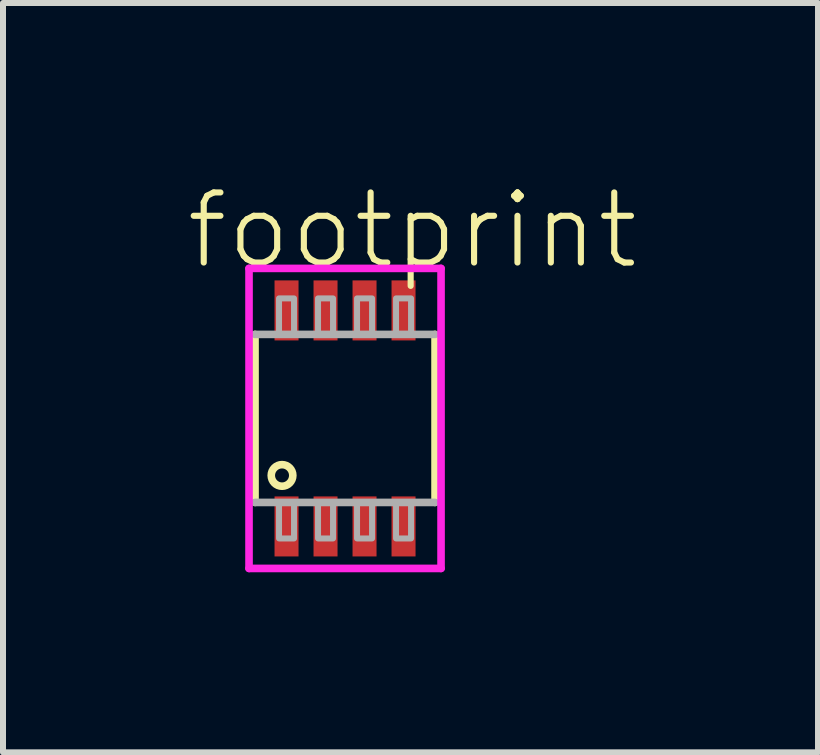
<source format=kicad_pcb>
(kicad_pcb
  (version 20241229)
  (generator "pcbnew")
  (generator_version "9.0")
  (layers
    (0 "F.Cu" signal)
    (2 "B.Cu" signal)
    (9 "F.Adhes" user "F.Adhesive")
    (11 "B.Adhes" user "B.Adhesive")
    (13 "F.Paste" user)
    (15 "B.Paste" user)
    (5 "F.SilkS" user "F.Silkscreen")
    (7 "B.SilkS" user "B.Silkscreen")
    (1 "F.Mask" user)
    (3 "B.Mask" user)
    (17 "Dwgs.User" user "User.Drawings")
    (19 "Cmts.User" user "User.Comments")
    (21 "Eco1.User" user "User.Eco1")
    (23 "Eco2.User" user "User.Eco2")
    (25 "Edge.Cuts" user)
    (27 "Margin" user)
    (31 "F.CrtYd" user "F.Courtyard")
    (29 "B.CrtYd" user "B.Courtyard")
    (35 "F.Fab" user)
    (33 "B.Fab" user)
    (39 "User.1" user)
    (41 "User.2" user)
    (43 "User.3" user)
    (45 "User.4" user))
  (footprint "footprint"
    (layer "F.Cu")
    (at 2.7 3.923)
    (property "Reference" "footprint" (at -2.7 -2.45 0) (layer "F.SilkS") (effects (font (size 1.168 1.168) (thickness 0.102)) (justify left bottom)))
    (fp_line (start -1.5 -1.4) (end -1.5 1.4) (stroke (width 0.127) (type solid)) (layer "F.SilkS"))
    (fp_line (start 1.5 1.4) (end 1.5 -1.4) (stroke (width 0.127) (type solid)) (layer "F.SilkS"))
    (fp_circle (center -1.05 0.95) (end -0.87 0.95) (stroke (width 0.127) (type solid)) (fill no) (layer "F.SilkS"))
    (fp_line (start -1.6 -2.5) (end 1.6 -2.5) (stroke (width 0.127) (type solid)) (layer "F.CrtYd"))
    (fp_line (start -1.6 2.5) (end -1.6 -2.5) (stroke (width 0.127) (type solid)) (layer "F.CrtYd"))
    (fp_line (start 1.6 -2.5) (end 1.6 2.5) (stroke (width 0.127) (type solid)) (layer "F.CrtYd"))
    (fp_line (start 1.6 2.5) (end -1.6 2.5) (stroke (width 0.127) (type solid)) (layer "F.CrtYd"))
    (fp_line (start -1.5 1.4) (end 1.5 1.4) (stroke (width 0.127) (type solid)) (layer "F.Fab"))
    (fp_line (start 1.5 -1.4) (end -1.5 -1.4) (stroke (width 0.127) (type solid)) (layer "F.Fab"))
    (fp_poly (pts (xy -1.1 -1.4) (xy -0.85 -1.4) (xy -0.85 -2) (xy -1.1 -2)) (stroke (width 0.1) (type solid)) (fill no) (layer "F.Fab"))
    (fp_poly (pts (xy -1.1 2) (xy -0.85 2) (xy -0.85 1.4) (xy -1.1 1.4)) (stroke (width 0.1) (type solid)) (fill no) (layer "F.Fab"))
    (fp_poly (pts (xy -0.45 -1.4) (xy -0.2 -1.4) (xy -0.2 -2) (xy -0.45 -2)) (stroke (width 0.1) (type solid)) (fill no) (layer "F.Fab"))
    (fp_poly (pts (xy -0.45 2) (xy -0.2 2) (xy -0.2 1.4) (xy -0.45 1.4)) (stroke (width 0.1) (type solid)) (fill no) (layer "F.Fab"))
    (fp_poly (pts (xy 0.2 -1.4) (xy 0.45 -1.4) (xy 0.45 -2) (xy 0.2 -2)) (stroke (width 0.1) (type solid)) (fill no) (layer "F.Fab"))
    (fp_poly (pts (xy 0.2 2) (xy 0.45 2) (xy 0.45 1.4) (xy 0.2 1.4)) (stroke (width 0.1) (type solid)) (fill no) (layer "F.Fab"))
    (fp_poly (pts (xy 0.85 -1.4) (xy 1.1 -1.4) (xy 1.1 -2) (xy 0.85 -2)) (stroke (width 0.1) (type solid)) (fill no) (layer "F.Fab"))
    (fp_poly (pts (xy 0.85 2) (xy 1.1 2) (xy 1.1 1.4) (xy 0.85 1.4)) (stroke (width 0.1) (type solid)) (fill no) (layer "F.Fab"))
    (pad "1" smd rect (at -0.975 1.8) (size 0.4 1) (layers "F.Cu" "F.Mask" "F.Paste"))
    (pad "2" smd rect (at -0.325 1.8) (size 0.4 1) (layers "F.Cu" "F.Mask" "F.Paste"))
    (pad "3" smd rect (at 0.325 1.8) (size 0.4 1) (layers "F.Cu" "F.Mask" "F.Paste"))
    (pad "4" smd rect (at 0.975 1.8) (size 0.4 1) (layers "F.Cu" "F.Mask" "F.Paste"))
    (pad "5" smd rect (at 0.975 -1.8) (size 0.4 1) (layers "F.Cu" "F.Mask" "F.Paste"))
    (pad "6" smd rect (at 0.325 -1.8) (size 0.4 1) (layers "F.Cu" "F.Mask" "F.Paste"))
    (pad "7" smd rect (at -0.325 -1.8) (size 0.4 1) (layers "F.Cu" "F.Mask" "F.Paste"))
    (pad "8" smd rect (at -0.975 -1.8) (size 0.4 1) (layers "F.Cu" "F.Mask" "F.Paste")))
  (gr_rect
    (start -3 -3)
    (end 10.582 9.487)
    (stroke (width 0.1) (type default))
    (fill no)
    (layer "Edge.Cuts")))
</source>
